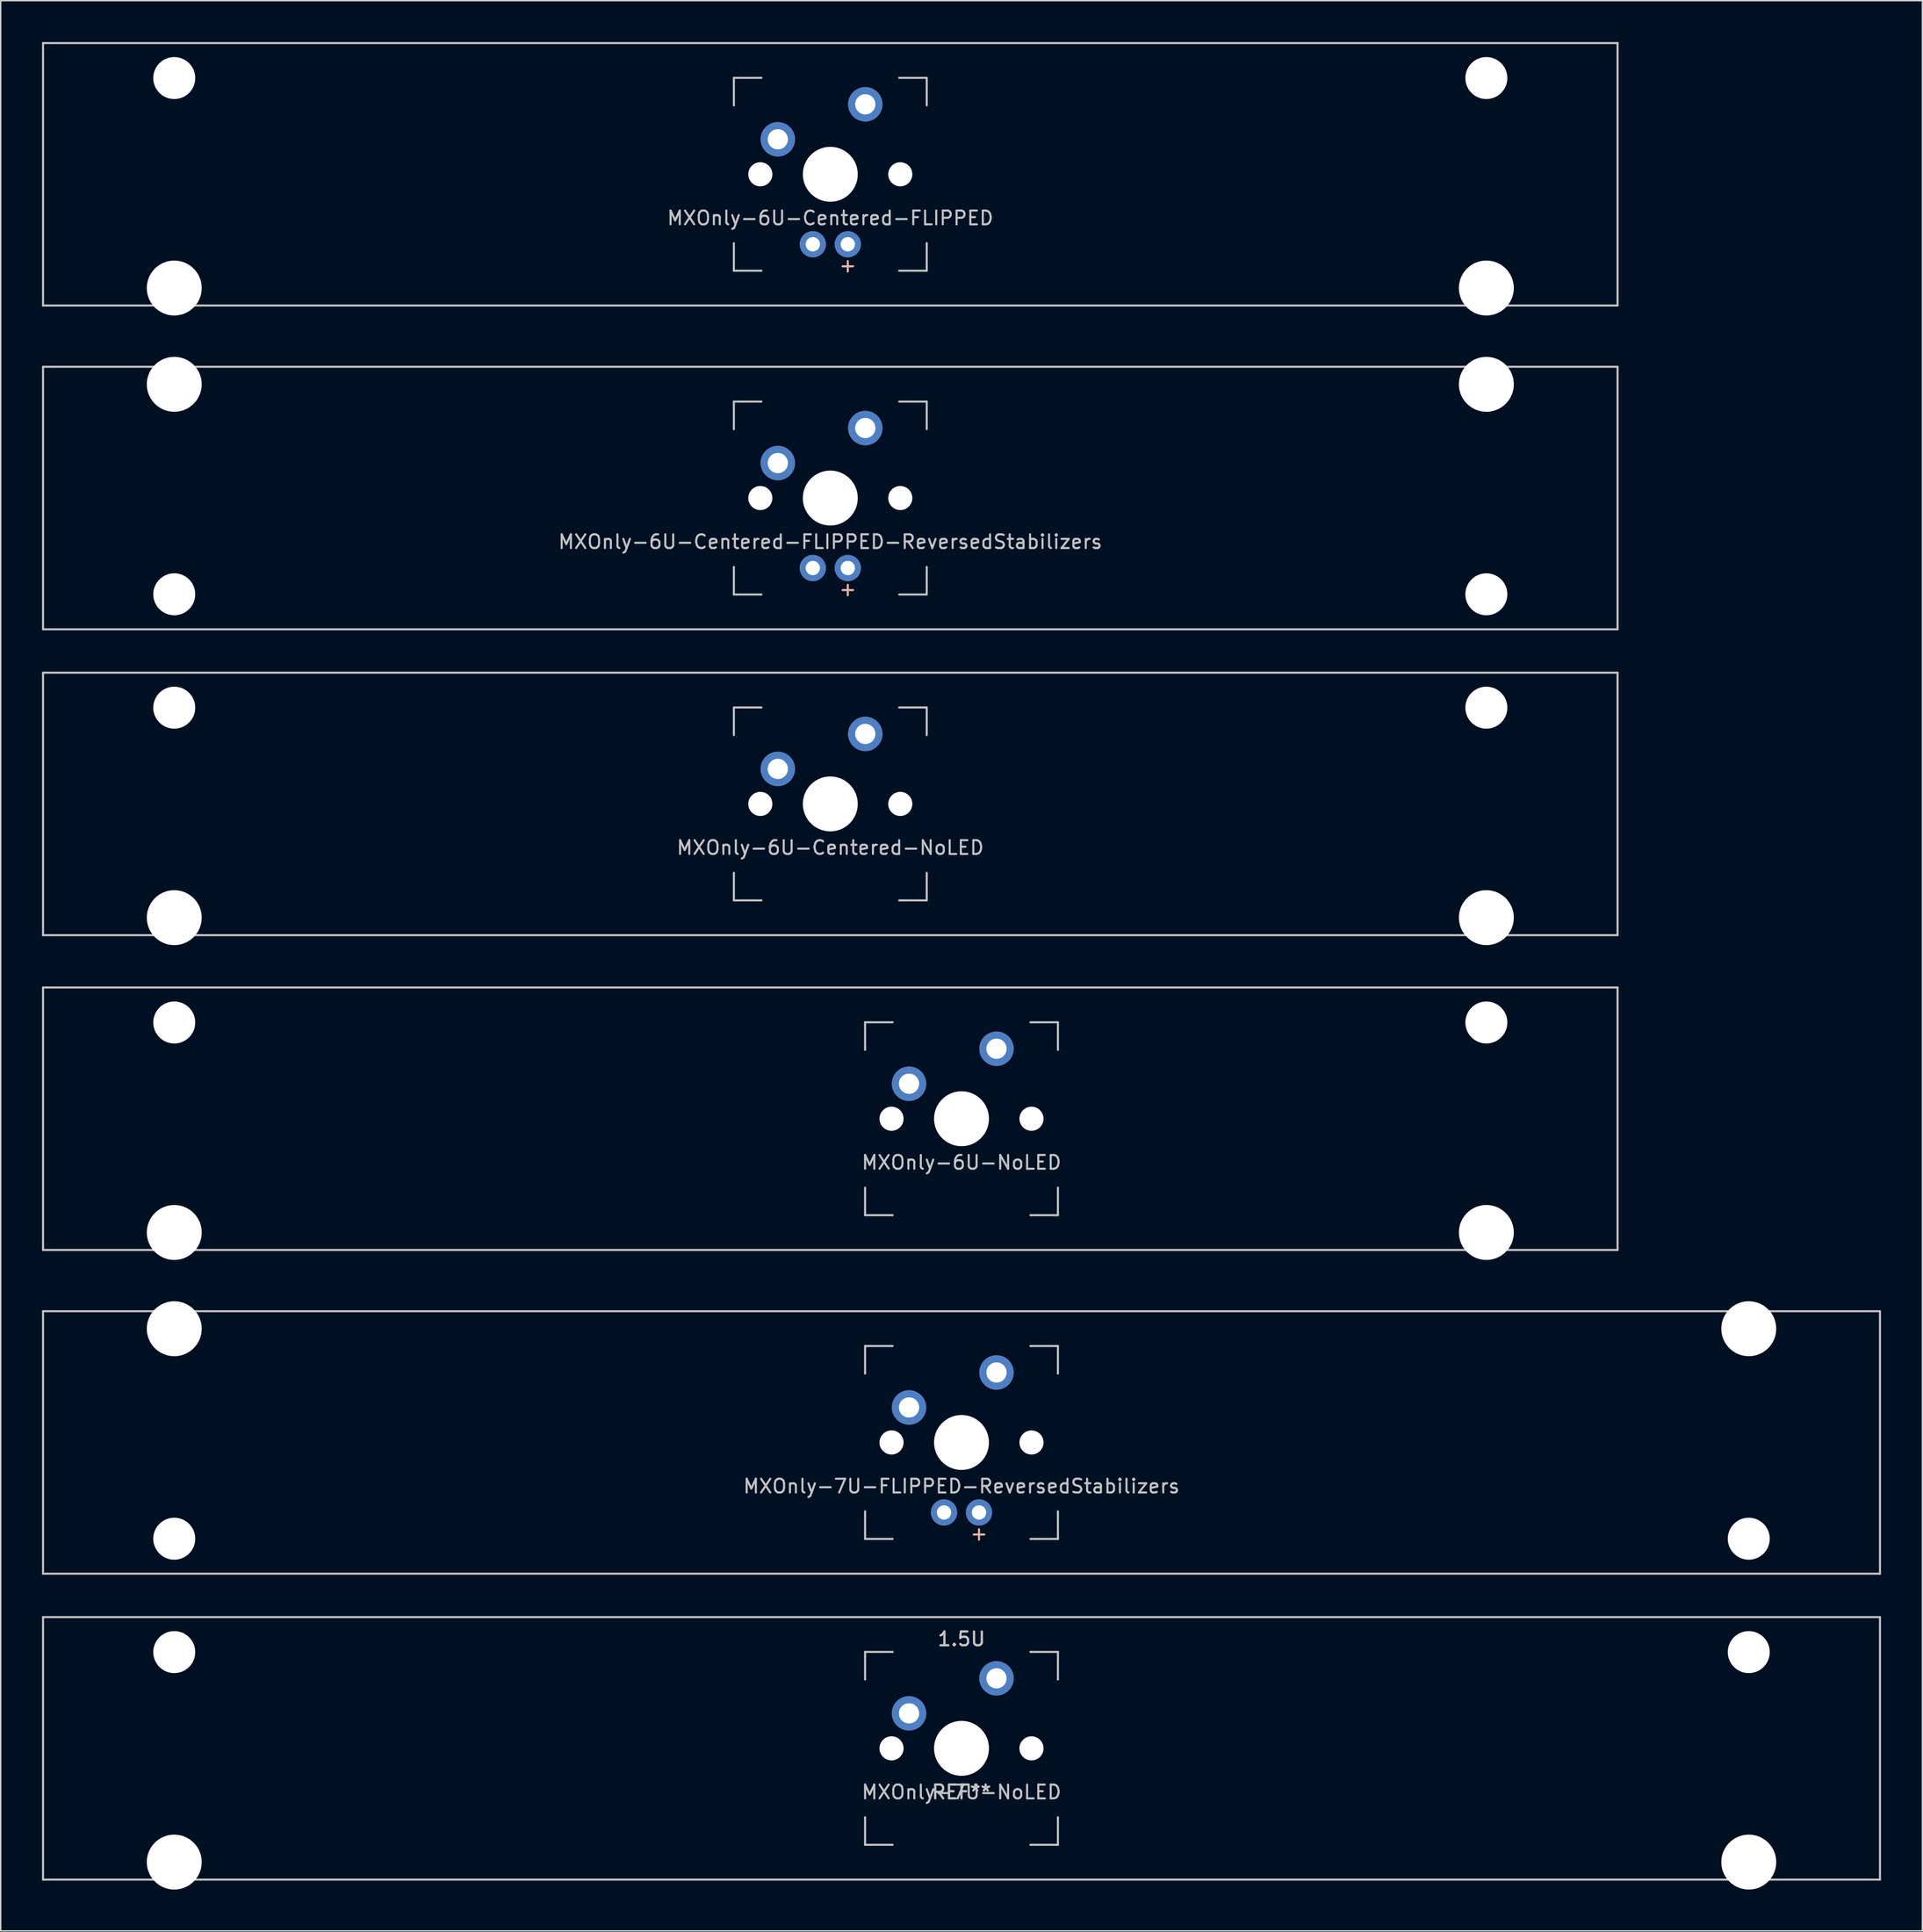
<source format=kicad_pcb>
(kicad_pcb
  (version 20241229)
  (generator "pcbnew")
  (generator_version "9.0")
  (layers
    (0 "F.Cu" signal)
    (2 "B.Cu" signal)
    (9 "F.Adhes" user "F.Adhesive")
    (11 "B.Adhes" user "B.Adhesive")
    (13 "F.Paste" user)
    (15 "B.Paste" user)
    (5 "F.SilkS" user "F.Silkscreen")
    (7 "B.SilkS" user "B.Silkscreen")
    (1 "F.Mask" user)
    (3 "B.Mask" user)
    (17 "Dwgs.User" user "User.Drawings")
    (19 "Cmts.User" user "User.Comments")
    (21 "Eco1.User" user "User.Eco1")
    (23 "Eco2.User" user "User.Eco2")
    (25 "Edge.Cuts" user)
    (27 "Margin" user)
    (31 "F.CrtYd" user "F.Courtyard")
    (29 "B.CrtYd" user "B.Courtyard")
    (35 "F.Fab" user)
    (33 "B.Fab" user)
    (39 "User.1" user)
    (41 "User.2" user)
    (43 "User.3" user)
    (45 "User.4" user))
  (footprint "MXOnly-6U-NoLED"
    (layer "F.Cu")
    (at 57.225 78.147)
    (property "Reference" "MXOnly-6U-NoLED" (at 9.525 3.175 0) (layer "Dwgs.User") (effects (font (size 1 1) (thickness 0.15))))
    (attr through_hole)
    (fp_line (start -57.15 -9.525) (end 57.15 -9.525) (stroke (width 0.15) (type solid)) (layer "Dwgs.User"))
    (fp_line (start -57.15 9.525) (end -57.15 -9.525) (stroke (width 0.15) (type solid)) (layer "Dwgs.User"))
    (fp_line (start -57.15 9.525) (end 57.15 9.525) (stroke (width 0.15) (type solid)) (layer "Dwgs.User"))
    (fp_line (start 2.525 -7) (end 2.525 -5) (stroke (width 0.15) (type solid)) (layer "Dwgs.User"))
    (fp_line (start 2.525 5) (end 2.525 7) (stroke (width 0.15) (type solid)) (layer "Dwgs.User"))
    (fp_line (start 2.525 7) (end 4.525 7) (stroke (width 0.15) (type solid)) (layer "Dwgs.User"))
    (fp_line (start 4.525 -7) (end 2.525 -7) (stroke (width 0.15) (type solid)) (layer "Dwgs.User"))
    (fp_line (start 14.525 -7) (end 16.525 -7) (stroke (width 0.15) (type solid)) (layer "Dwgs.User"))
    (fp_line (start 14.525 7) (end 16.525 7) (stroke (width 0.15) (type solid)) (layer "Dwgs.User"))
    (fp_line (start 16.525 -7) (end 16.525 -5) (stroke (width 0.15) (type solid)) (layer "Dwgs.User"))
    (fp_line (start 16.525 7) (end 16.525 5) (stroke (width 0.15) (type solid)) (layer "Dwgs.User"))
    (fp_line (start 57.15 -9.525) (end 57.15 9.525) (stroke (width 0.15) (type solid)) (layer "Dwgs.User"))
    (pad "" np_thru_hole circle (at -47.625 -6.985) (size 3.048 3.048) (drill 3.048) (layers "*.Cu" "*.Mask"))
    (pad "" np_thru_hole circle (at -47.625 8.255) (size 3.988 3.988) (drill 3.988) (layers "*.Cu" "*.Mask"))
    (pad "" np_thru_hole circle (at 4.445 0 48.1) (size 1.75 1.75) (drill 1.75) (layers "*.Cu" "*.Mask"))
    (pad "" np_thru_hole circle (at 9.525 0) (size 3.988 3.988) (drill 3.988) (layers "*.Cu" "*.Mask"))
    (pad "" np_thru_hole circle (at 14.605 0 48.1) (size 1.75 1.75) (drill 1.75) (layers "*.Cu" "*.Mask"))
    (pad "" np_thru_hole circle (at 47.625 -6.985) (size 3.048 3.048) (drill 3.048) (layers "*.Cu" "*.Mask"))
    (pad "" np_thru_hole circle (at 47.625 8.255) (size 3.988 3.988) (drill 3.988) (layers "*.Cu" "*.Mask"))
    (pad "1" thru_hole circle (at 5.715 -2.54) (size 2.5 2.5) (drill 1.47) (layers "*.Cu" "*.Mask"))
    (pad "2" thru_hole circle (at 12.065 -5.08) (size 2.5 2.5) (drill 1.47) (layers "*.Cu" "*.Mask")))
  (footprint "MXOnly-6U-Centered-FLIPPED-ReversedStabilizers"
    (layer "F.Cu")
    (at 57.225 33.098)
    (property "Reference" "MXOnly-6U-Centered-FLIPPED-ReversedStabilizers" (at 0 3.175 0) (layer "Dwgs.User") (effects (font (size 1 1) (thickness 0.15))))
    (attr through_hole)
    (fp_line (start -57.15 -9.525) (end 57.15 -9.525) (stroke (width 0.15) (type solid)) (layer "Dwgs.User"))
    (fp_line (start -57.15 9.525) (end -57.15 -9.525) (stroke (width 0.15) (type solid)) (layer "Dwgs.User"))
    (fp_line (start -57.15 9.525) (end 57.15 9.525) (stroke (width 0.15) (type solid)) (layer "Dwgs.User"))
    (fp_line (start -7 -7) (end -7 -5) (stroke (width 0.15) (type solid)) (layer "Dwgs.User"))
    (fp_line (start -7 5) (end -7 7) (stroke (width 0.15) (type solid)) (layer "Dwgs.User"))
    (fp_line (start -7 7) (end -5 7) (stroke (width 0.15) (type solid)) (layer "Dwgs.User"))
    (fp_line (start -5 -7) (end -7 -7) (stroke (width 0.15) (type solid)) (layer "Dwgs.User"))
    (fp_line (start 5 -7) (end 7 -7) (stroke (width 0.15) (type solid)) (layer "Dwgs.User"))
    (fp_line (start 5 7) (end 7 7) (stroke (width 0.15) (type solid)) (layer "Dwgs.User"))
    (fp_line (start 7 -7) (end 7 -5) (stroke (width 0.15) (type solid)) (layer "Dwgs.User"))
    (fp_line (start 7 7) (end 7 5) (stroke (width 0.15) (type solid)) (layer "Dwgs.User"))
    (fp_line (start 57.15 -9.525) (end 57.15 9.525) (stroke (width 0.15) (type solid)) (layer "Dwgs.User"))
    (fp_text user "+" (at 1.27 6.604 0) (layer "B.SilkS") (effects (font (size 1 1) (thickness 0.15))))
    (pad "" np_thru_hole circle (at -47.625 -8.255) (size 3.988 3.988) (drill 3.988) (layers "*.Cu" "*.Mask"))
    (pad "" np_thru_hole circle (at -47.625 6.985) (size 3.048 3.048) (drill 3.048) (layers "*.Cu" "*.Mask"))
    (pad "" np_thru_hole circle (at -5.08 0 48.1) (size 1.75 1.75) (drill 1.75) (layers "*.Cu" "*.Mask"))
    (pad "" np_thru_hole circle (at 0 0) (size 3.988 3.988) (drill 3.988) (layers "*.Cu" "*.Mask"))
    (pad "" np_thru_hole circle (at 5.08 0 48.1) (size 1.75 1.75) (drill 1.75) (layers "*.Cu" "*.Mask"))
    (pad "" np_thru_hole circle (at 47.625 -8.255) (size 3.988 3.988) (drill 3.988) (layers "*.Cu" "*.Mask"))
    (pad "" np_thru_hole circle (at 47.625 6.985) (size 3.048 3.048) (drill 3.048) (layers "*.Cu" "*.Mask"))
    (pad "1" thru_hole circle (at -3.81 -2.54) (size 2.5 2.5) (drill 1.47) (layers "*.Cu" "*.Mask"))
    (pad "2" thru_hole circle (at 2.54 -5.08) (size 2.5 2.5) (drill 1.47) (layers "*.Cu" "*.Mask"))
    (pad "3" thru_hole circle (at 1.27 5.08) (size 1.905 1.905) (drill 1.04) (layers "*.Cu" "*.Mask"))
    (pad "4" thru_hole circle (at -1.27 5.08) (size 1.905 1.905) (drill 1.04) (layers "*.Cu" "*.Mask")))
  (footprint "MXOnly-6U-Centered-FLIPPED"
    (layer "F.Cu")
    (at 57.225 9.6)
    (property "Reference" "MXOnly-6U-Centered-FLIPPED" (at 0 3.175 0) (layer "Dwgs.User") (effects (font (size 1 1) (thickness 0.15))))
    (attr through_hole)
    (fp_line (start -57.15 -9.525) (end 57.15 -9.525) (stroke (width 0.15) (type solid)) (layer "Dwgs.User"))
    (fp_line (start -57.15 9.525) (end -57.15 -9.525) (stroke (width 0.15) (type solid)) (layer "Dwgs.User"))
    (fp_line (start -57.15 9.525) (end 57.15 9.525) (stroke (width 0.15) (type solid)) (layer "Dwgs.User"))
    (fp_line (start -7 -7) (end -7 -5) (stroke (width 0.15) (type solid)) (layer "Dwgs.User"))
    (fp_line (start -7 5) (end -7 7) (stroke (width 0.15) (type solid)) (layer "Dwgs.User"))
    (fp_line (start -7 7) (end -5 7) (stroke (width 0.15) (type solid)) (layer "Dwgs.User"))
    (fp_line (start -5 -7) (end -7 -7) (stroke (width 0.15) (type solid)) (layer "Dwgs.User"))
    (fp_line (start 5 -7) (end 7 -7) (stroke (width 0.15) (type solid)) (layer "Dwgs.User"))
    (fp_line (start 5 7) (end 7 7) (stroke (width 0.15) (type solid)) (layer "Dwgs.User"))
    (fp_line (start 7 -7) (end 7 -5) (stroke (width 0.15) (type solid)) (layer "Dwgs.User"))
    (fp_line (start 7 7) (end 7 5) (stroke (width 0.15) (type solid)) (layer "Dwgs.User"))
    (fp_line (start 57.15 -9.525) (end 57.15 9.525) (stroke (width 0.15) (type solid)) (layer "Dwgs.User"))
    (fp_text user "+" (at 1.27 6.604 0) (layer "B.SilkS") (effects (font (size 1 1) (thickness 0.15))))
    (pad "" np_thru_hole circle (at -47.625 -6.985) (size 3.048 3.048) (drill 3.048) (layers "*.Cu" "*.Mask"))
    (pad "" np_thru_hole circle (at -47.625 8.255) (size 3.988 3.988) (drill 3.988) (layers "*.Cu" "*.Mask"))
    (pad "" np_thru_hole circle (at -5.08 0 48.1) (size 1.75 1.75) (drill 1.75) (layers "*.Cu" "*.Mask"))
    (pad "" np_thru_hole circle (at 0 0) (size 3.988 3.988) (drill 3.988) (layers "*.Cu" "*.Mask"))
    (pad "" np_thru_hole circle (at 5.08 0 48.1) (size 1.75 1.75) (drill 1.75) (layers "*.Cu" "*.Mask"))
    (pad "" np_thru_hole circle (at 47.625 -6.985) (size 3.048 3.048) (drill 3.048) (layers "*.Cu" "*.Mask"))
    (pad "" np_thru_hole circle (at 47.625 8.255) (size 3.988 3.988) (drill 3.988) (layers "*.Cu" "*.Mask"))
    (pad "1" thru_hole circle (at -3.81 -2.54) (size 2.5 2.5) (drill 1.47) (layers "*.Cu" "*.Mask"))
    (pad "2" thru_hole circle (at 2.54 -5.08) (size 2.5 2.5) (drill 1.47) (layers "*.Cu" "*.Mask"))
    (pad "3" thru_hole circle (at 1.27 5.08) (size 1.905 1.905) (drill 1.04) (layers "*.Cu" "*.Mask"))
    (pad "4" thru_hole circle (at -1.27 5.08) (size 1.905 1.905) (drill 1.04) (layers "*.Cu" "*.Mask")))
  (footprint "MXOnly-6U-Centered-NoLED"
    (layer "F.Cu")
    (at 57.225 55.298)
    (property "Reference" "MXOnly-6U-Centered-NoLED" (at 0 3.175 0) (layer "Dwgs.User") (effects (font (size 1 1) (thickness 0.15))))
    (attr through_hole)
    (fp_line (start -57.15 -9.525) (end 57.15 -9.525) (stroke (width 0.15) (type solid)) (layer "Dwgs.User"))
    (fp_line (start -57.15 9.525) (end -57.15 -9.525) (stroke (width 0.15) (type solid)) (layer "Dwgs.User"))
    (fp_line (start -57.15 9.525) (end 57.15 9.525) (stroke (width 0.15) (type solid)) (layer "Dwgs.User"))
    (fp_line (start -7 -7) (end -7 -5) (stroke (width 0.15) (type solid)) (layer "Dwgs.User"))
    (fp_line (start -7 5) (end -7 7) (stroke (width 0.15) (type solid)) (layer "Dwgs.User"))
    (fp_line (start -7 7) (end -5 7) (stroke (width 0.15) (type solid)) (layer "Dwgs.User"))
    (fp_line (start -5 -7) (end -7 -7) (stroke (width 0.15) (type solid)) (layer "Dwgs.User"))
    (fp_line (start 5 -7) (end 7 -7) (stroke (width 0.15) (type solid)) (layer "Dwgs.User"))
    (fp_line (start 5 7) (end 7 7) (stroke (width 0.15) (type solid)) (layer "Dwgs.User"))
    (fp_line (start 7 -7) (end 7 -5) (stroke (width 0.15) (type solid)) (layer "Dwgs.User"))
    (fp_line (start 7 7) (end 7 5) (stroke (width 0.15) (type solid)) (layer "Dwgs.User"))
    (fp_line (start 57.15 -9.525) (end 57.15 9.525) (stroke (width 0.15) (type solid)) (layer "Dwgs.User"))
    (pad "" np_thru_hole circle (at -47.625 -6.985) (size 3.048 3.048) (drill 3.048) (layers "*.Cu" "*.Mask"))
    (pad "" np_thru_hole circle (at -47.625 8.255) (size 3.988 3.988) (drill 3.988) (layers "*.Cu" "*.Mask"))
    (pad "" np_thru_hole circle (at -5.08 0 48.1) (size 1.75 1.75) (drill 1.75) (layers "*.Cu" "*.Mask"))
    (pad "" np_thru_hole circle (at 0 0) (size 3.988 3.988) (drill 3.988) (layers "*.Cu" "*.Mask"))
    (pad "" np_thru_hole circle (at 5.08 0 48.1) (size 1.75 1.75) (drill 1.75) (layers "*.Cu" "*.Mask"))
    (pad "" np_thru_hole circle (at 47.625 -6.985) (size 3.048 3.048) (drill 3.048) (layers "*.Cu" "*.Mask"))
    (pad "" np_thru_hole circle (at 47.625 8.255) (size 3.988 3.988) (drill 3.988) (layers "*.Cu" "*.Mask"))
    (pad "1" thru_hole circle (at -3.81 -2.54) (size 2.5 2.5) (drill 1.47) (layers "*.Cu" "*.Mask"))
    (pad "2" thru_hole circle (at 2.54 -5.08) (size 2.5 2.5) (drill 1.47) (layers "*.Cu" "*.Mask")))
  (footprint "MXOnly-7U-FLIPPED-ReversedStabilizers"
    (layer "F.Cu")
    (at 66.75 101.644)
    (property "Reference" "MXOnly-7U-FLIPPED-ReversedStabilizers" (at 0 3.175 0) (layer "Dwgs.User") (effects (font (size 1 1) (thickness 0.15))))
    (attr through_hole)
    (fp_line (start -66.675 -9.525) (end 66.675 -9.525) (stroke (width 0.15) (type solid)) (layer "Dwgs.User"))
    (fp_line (start -66.675 9.525) (end -66.675 -9.525) (stroke (width 0.15) (type solid)) (layer "Dwgs.User"))
    (fp_line (start -66.675 9.525) (end 66.675 9.525) (stroke (width 0.15) (type solid)) (layer "Dwgs.User"))
    (fp_line (start -7 -7) (end -7 -5) (stroke (width 0.15) (type solid)) (layer "Dwgs.User"))
    (fp_line (start -7 5) (end -7 7) (stroke (width 0.15) (type solid)) (layer "Dwgs.User"))
    (fp_line (start -7 7) (end -5 7) (stroke (width 0.15) (type solid)) (layer "Dwgs.User"))
    (fp_line (start -5 -7) (end -7 -7) (stroke (width 0.15) (type solid)) (layer "Dwgs.User"))
    (fp_line (start 5 -7) (end 7 -7) (stroke (width 0.15) (type solid)) (layer "Dwgs.User"))
    (fp_line (start 5 7) (end 7 7) (stroke (width 0.15) (type solid)) (layer "Dwgs.User"))
    (fp_line (start 7 -7) (end 7 -5) (stroke (width 0.15) (type solid)) (layer "Dwgs.User"))
    (fp_line (start 7 7) (end 7 5) (stroke (width 0.15) (type solid)) (layer "Dwgs.User"))
    (fp_line (start 66.675 -9.525) (end 66.675 9.525) (stroke (width 0.15) (type solid)) (layer "Dwgs.User"))
    (fp_text user "+" (at 1.27 6.604 0) (layer "B.SilkS") (effects (font (size 1 1) (thickness 0.15))))
    (pad "" np_thru_hole circle (at -57.15 -8.255) (size 3.988 3.988) (drill 3.988) (layers "*.Cu" "*.Mask"))
    (pad "" np_thru_hole circle (at -57.15 6.985) (size 3.048 3.048) (drill 3.048) (layers "*.Cu" "*.Mask"))
    (pad "" np_thru_hole circle (at -5.08 0 48.1) (size 1.75 1.75) (drill 1.75) (layers "*.Cu" "*.Mask"))
    (pad "" np_thru_hole circle (at 0 0) (size 3.988 3.988) (drill 3.988) (layers "*.Cu" "*.Mask"))
    (pad "" np_thru_hole circle (at 5.08 0 48.1) (size 1.75 1.75) (drill 1.75) (layers "*.Cu" "*.Mask"))
    (pad "" np_thru_hole circle (at 57.15 -8.255) (size 3.988 3.988) (drill 3.988) (layers "*.Cu" "*.Mask"))
    (pad "" np_thru_hole circle (at 57.15 6.985) (size 3.048 3.048) (drill 3.048) (layers "*.Cu" "*.Mask"))
    (pad "1" thru_hole circle (at -3.81 -2.54) (size 2.5 2.5) (drill 1.47) (layers "*.Cu" "*.Mask"))
    (pad "2" thru_hole circle (at 2.54 -5.08) (size 2.5 2.5) (drill 1.47) (layers "*.Cu" "*.Mask"))
    (pad "3" thru_hole circle (at 1.27 5.08) (size 1.905 1.905) (drill 1.04) (layers "*.Cu" "*.Mask"))
    (pad "4" thru_hole circle (at -1.27 5.08) (size 1.905 1.905) (drill 1.04) (layers "*.Cu" "*.Mask")))
  (footprint "MXOnly-7U-NoLED"
    (layer "F.Cu")
    (at 66.75 123.844)
    (property "Reference" "MXOnly-7U-NoLED" (at 0 3.175 0) (layer "Dwgs.User") (effects (font (size 1 1) (thickness 0.15))))
    (attr through_hole)
    (fp_line (start -66.675 -9.525) (end 66.675 -9.525) (stroke (width 0.15) (type solid)) (layer "Dwgs.User"))
    (fp_line (start -66.675 9.525) (end -66.675 -9.525) (stroke (width 0.15) (type solid)) (layer "Dwgs.User"))
    (fp_line (start -66.675 9.525) (end 66.675 9.525) (stroke (width 0.15) (type solid)) (layer "Dwgs.User"))
    (fp_line (start -7 -7) (end -7 -5) (stroke (width 0.15) (type solid)) (layer "Dwgs.User"))
    (fp_line (start -7 5) (end -7 7) (stroke (width 0.15) (type solid)) (layer "Dwgs.User"))
    (fp_line (start -7 7) (end -5 7) (stroke (width 0.15) (type solid)) (layer "Dwgs.User"))
    (fp_line (start -5 -7) (end -7 -7) (stroke (width 0.15) (type solid)) (layer "Dwgs.User"))
    (fp_line (start 5 -7) (end 7 -7) (stroke (width 0.15) (type solid)) (layer "Dwgs.User"))
    (fp_line (start 5 7) (end 7 7) (stroke (width 0.15) (type solid)) (layer "Dwgs.User"))
    (fp_line (start 7 -7) (end 7 -5) (stroke (width 0.15) (type solid)) (layer "Dwgs.User"))
    (fp_line (start 7 7) (end 7 5) (stroke (width 0.15) (type solid)) (layer "Dwgs.User"))
    (fp_line (start 66.675 -9.525) (end 66.675 9.525) (stroke (width 0.15) (type solid)) (layer "Dwgs.User"))
    (fp_text user "REF**" (at 0 3.175 0) (layer "Dwgs.User") (effects (font (size 1 1) (thickness 0.15))))
    (fp_text user "1.5U" (at 0 -7.938 0) (layer "Dwgs.User") (effects (font (size 1 1) (thickness 0.15))))
    (fp_text user "REF**" (at 0 3.175 0) (layer "Dwgs.User") (effects (font (size 1 1) (thickness 0.15))))
    (fp_text user "1.5U" (at 0 -7.938 0) (layer "Dwgs.User") (effects (font (size 1 1) (thickness 0.15))))
    (pad "" np_thru_hole circle (at -57.15 -6.985) (size 3.048 3.048) (drill 3.048) (layers "*.Cu" "*.Mask"))
    (pad "" np_thru_hole circle (at -57.15 8.255) (size 3.988 3.988) (drill 3.988) (layers "*.Cu" "*.Mask"))
    (pad "" np_thru_hole circle (at -5.08 0 48.1) (size 1.75 1.75) (drill 1.75) (layers "*.Cu" "*.Mask"))
    (pad "" np_thru_hole circle (at 0 0) (size 3.988 3.988) (drill 3.988) (layers "*.Cu" "*.Mask"))
    (pad "" np_thru_hole circle (at 5.08 0 48.1) (size 1.75 1.75) (drill 1.75) (layers "*.Cu" "*.Mask"))
    (pad "" np_thru_hole circle (at 57.15 -6.985) (size 3.048 3.048) (drill 3.048) (layers "*.Cu" "*.Mask"))
    (pad "" np_thru_hole circle (at 57.15 8.255) (size 3.988 3.988) (drill 3.988) (layers "*.Cu" "*.Mask"))
    (pad "1" thru_hole circle (at -3.81 -2.54) (size 2.5 2.5) (drill 1.47) (layers "*.Cu" "B.Mask"))
    (pad "2" thru_hole circle (at 2.54 -5.08) (size 2.5 2.5) (drill 1.47) (layers "*.Cu" "B.Mask")))
  (gr_rect
    (start -3 -3)
    (end 136.5 137.093)
    (stroke (width 0.1) (type default))
    (fill no)
    (layer "Edge.Cuts")))
</source>
